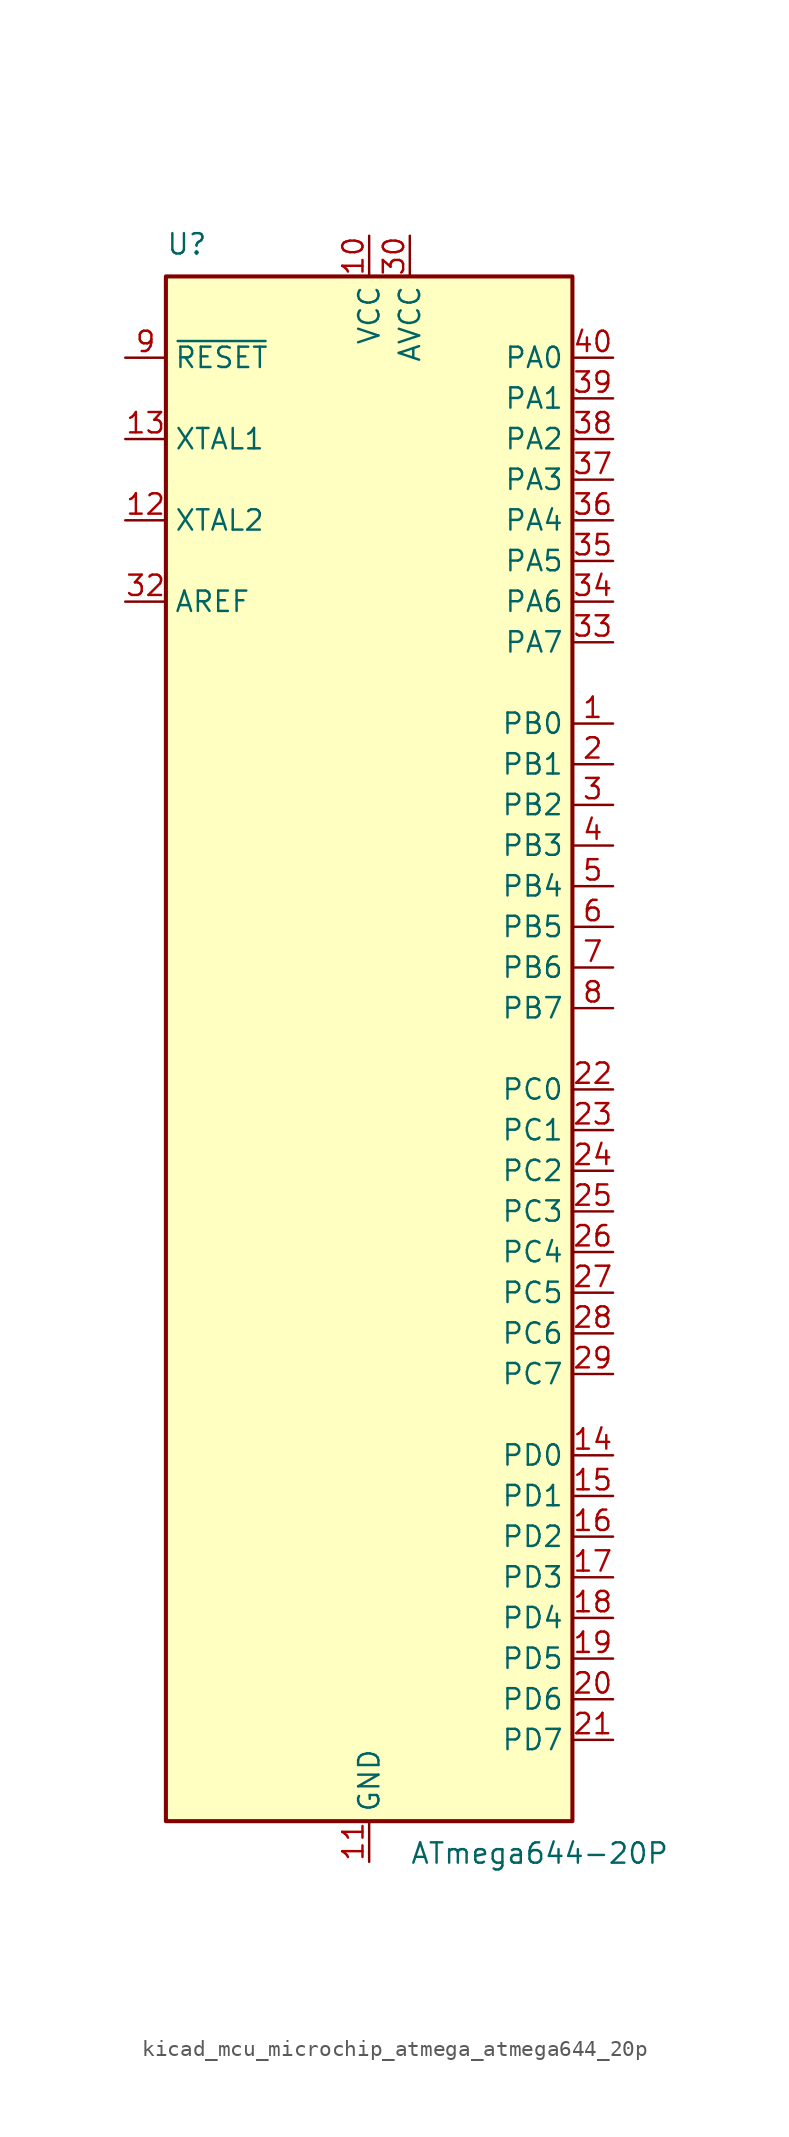
<source format=kicad_sym>
(kicad_symbol_lib
  (version 20220914)
  (generator kicad_symbol_editor)
  (symbol "kicad_mcu_microchip_atmega_atmega644_20p"
    (property "Reference" "U"
      (at -12.7 49.53 0)
      (effects (font (size 1.27 1.27)) (justify left bottom)))
    (property "Value" "ATmega644-20P"
      (at 2.54 -49.53 0)
      (effects (font (size 1.27 1.27)) (justify left top)))
    (symbol "kicad_mcu_microchip_atmega_atmega644_20p_0_1"
      (rectangle (start -12.7 -48.26) (end 12.7 48.26) (stroke (width 0.254) (type default)) (fill (type background))))
    (symbol "kicad_mcu_microchip_atmega_atmega644_20p_1_1"
      (pin bidirectional line (at 15.24 20.32 180) (length 2.54) (name "PB0" (effects (font (size 1.27 1.27)))) (number "1" (effects (font (size 1.27 1.27)))))
      (pin power_in line (at 0 50.8 270) (length 2.54) (name "VCC" (effects (font (size 1.27 1.27)))) (number "10" (effects (font (size 1.27 1.27)))))
      (pin power_in line (at 0 -50.8 90) (length 2.54) (name "GND" (effects (font (size 1.27 1.27)))) (number "11" (effects (font (size 1.27 1.27)))))
      (pin output line (at -15.24 33.02 0) (length 2.54) (name "XTAL2" (effects (font (size 1.27 1.27)))) (number "12" (effects (font (size 1.27 1.27)))))
      (pin input line (at -15.24 38.1 0) (length 2.54) (name "XTAL1" (effects (font (size 1.27 1.27)))) (number "13" (effects (font (size 1.27 1.27)))))
      (pin bidirectional line (at 15.24 -25.4 180) (length 2.54) (name "PD0" (effects (font (size 1.27 1.27)))) (number "14" (effects (font (size 1.27 1.27)))))
      (pin bidirectional line (at 15.24 -27.94 180) (length 2.54) (name "PD1" (effects (font (size 1.27 1.27)))) (number "15" (effects (font (size 1.27 1.27)))))
      (pin bidirectional line (at 15.24 -30.48 180) (length 2.54) (name "PD2" (effects (font (size 1.27 1.27)))) (number "16" (effects (font (size 1.27 1.27)))))
      (pin bidirectional line (at 15.24 -33.02 180) (length 2.54) (name "PD3" (effects (font (size 1.27 1.27)))) (number "17" (effects (font (size 1.27 1.27)))))
      (pin bidirectional line (at 15.24 -35.56 180) (length 2.54) (name "PD4" (effects (font (size 1.27 1.27)))) (number "18" (effects (font (size 1.27 1.27)))))
      (pin bidirectional line (at 15.24 -38.1 180) (length 2.54) (name "PD5" (effects (font (size 1.27 1.27)))) (number "19" (effects (font (size 1.27 1.27)))))
      (pin bidirectional line (at 15.24 17.78 180) (length 2.54) (name "PB1" (effects (font (size 1.27 1.27)))) (number "2" (effects (font (size 1.27 1.27)))))
      (pin bidirectional line (at 15.24 -40.64 180) (length 2.54) (name "PD6" (effects (font (size 1.27 1.27)))) (number "20" (effects (font (size 1.27 1.27)))))
      (pin bidirectional line (at 15.24 -43.18 180) (length 2.54) (name "PD7" (effects (font (size 1.27 1.27)))) (number "21" (effects (font (size 1.27 1.27)))))
      (pin bidirectional line (at 15.24 -2.54 180) (length 2.54) (name "PC0" (effects (font (size 1.27 1.27)))) (number "22" (effects (font (size 1.27 1.27)))))
      (pin bidirectional line (at 15.24 -5.08 180) (length 2.54) (name "PC1" (effects (font (size 1.27 1.27)))) (number "23" (effects (font (size 1.27 1.27)))))
      (pin bidirectional line (at 15.24 -7.62 180) (length 2.54) (name "PC2" (effects (font (size 1.27 1.27)))) (number "24" (effects (font (size 1.27 1.27)))))
      (pin bidirectional line (at 15.24 -10.16 180) (length 2.54) (name "PC3" (effects (font (size 1.27 1.27)))) (number "25" (effects (font (size 1.27 1.27)))))
      (pin bidirectional line (at 15.24 -12.7 180) (length 2.54) (name "PC4" (effects (font (size 1.27 1.27)))) (number "26" (effects (font (size 1.27 1.27)))))
      (pin bidirectional line (at 15.24 -15.24 180) (length 2.54) (name "PC5" (effects (font (size 1.27 1.27)))) (number "27" (effects (font (size 1.27 1.27)))))
      (pin bidirectional line (at 15.24 -17.78 180) (length 2.54) (name "PC6" (effects (font (size 1.27 1.27)))) (number "28" (effects (font (size 1.27 1.27)))))
      (pin bidirectional line (at 15.24 -20.32 180) (length 2.54) (name "PC7" (effects (font (size 1.27 1.27)))) (number "29" (effects (font (size 1.27 1.27)))))
      (pin bidirectional line (at 15.24 15.24 180) (length 2.54) (name "PB2" (effects (font (size 1.27 1.27)))) (number "3" (effects (font (size 1.27 1.27)))))
      (pin power_in line (at 2.54 50.8 270) (length 2.54) (name "AVCC" (effects (font (size 1.27 1.27)))) (number "30" (effects (font (size 1.27 1.27)))))
      (pin passive line (at 0 -50.8 90) (length 2.54) hide (name "GND" (effects (font (size 1.27 1.27)))) (number "31" (effects (font (size 1.27 1.27)))))
      (pin passive line (at -15.24 27.94 0) (length 2.54) (name "AREF" (effects (font (size 1.27 1.27)))) (number "32" (effects (font (size 1.27 1.27)))))
      (pin bidirectional line (at 15.24 25.4 180) (length 2.54) (name "PA7" (effects (font (size 1.27 1.27)))) (number "33" (effects (font (size 1.27 1.27)))))
      (pin bidirectional line (at 15.24 27.94 180) (length 2.54) (name "PA6" (effects (font (size 1.27 1.27)))) (number "34" (effects (font (size 1.27 1.27)))))
      (pin bidirectional line (at 15.24 30.48 180) (length 2.54) (name "PA5" (effects (font (size 1.27 1.27)))) (number "35" (effects (font (size 1.27 1.27)))))
      (pin bidirectional line (at 15.24 33.02 180) (length 2.54) (name "PA4" (effects (font (size 1.27 1.27)))) (number "36" (effects (font (size 1.27 1.27)))))
      (pin bidirectional line (at 15.24 35.56 180) (length 2.54) (name "PA3" (effects (font (size 1.27 1.27)))) (number "37" (effects (font (size 1.27 1.27)))))
      (pin bidirectional line (at 15.24 38.1 180) (length 2.54) (name "PA2" (effects (font (size 1.27 1.27)))) (number "38" (effects (font (size 1.27 1.27)))))
      (pin bidirectional line (at 15.24 40.64 180) (length 2.54) (name "PA1" (effects (font (size 1.27 1.27)))) (number "39" (effects (font (size 1.27 1.27)))))
      (pin bidirectional line (at 15.24 12.7 180) (length 2.54) (name "PB3" (effects (font (size 1.27 1.27)))) (number "4" (effects (font (size 1.27 1.27)))))
      (pin bidirectional line (at 15.24 43.18 180) (length 2.54) (name "PA0" (effects (font (size 1.27 1.27)))) (number "40" (effects (font (size 1.27 1.27)))))
      (pin bidirectional line (at 15.24 10.16 180) (length 2.54) (name "PB4" (effects (font (size 1.27 1.27)))) (number "5" (effects (font (size 1.27 1.27)))))
      (pin bidirectional line (at 15.24 7.62 180) (length 2.54) (name "PB5" (effects (font (size 1.27 1.27)))) (number "6" (effects (font (size 1.27 1.27)))))
      (pin bidirectional line (at 15.24 5.08 180) (length 2.54) (name "PB6" (effects (font (size 1.27 1.27)))) (number "7" (effects (font (size 1.27 1.27)))))
      (pin bidirectional line (at 15.24 2.54 180) (length 2.54) (name "PB7" (effects (font (size 1.27 1.27)))) (number "8" (effects (font (size 1.27 1.27)))))
      (pin input line (at -15.24 43.18 0) (length 2.54) (name "~{RESET}" (effects (font (size 1.27 1.27)))) (number "9" (effects (font (size 1.27 1.27))))))))
</source>
